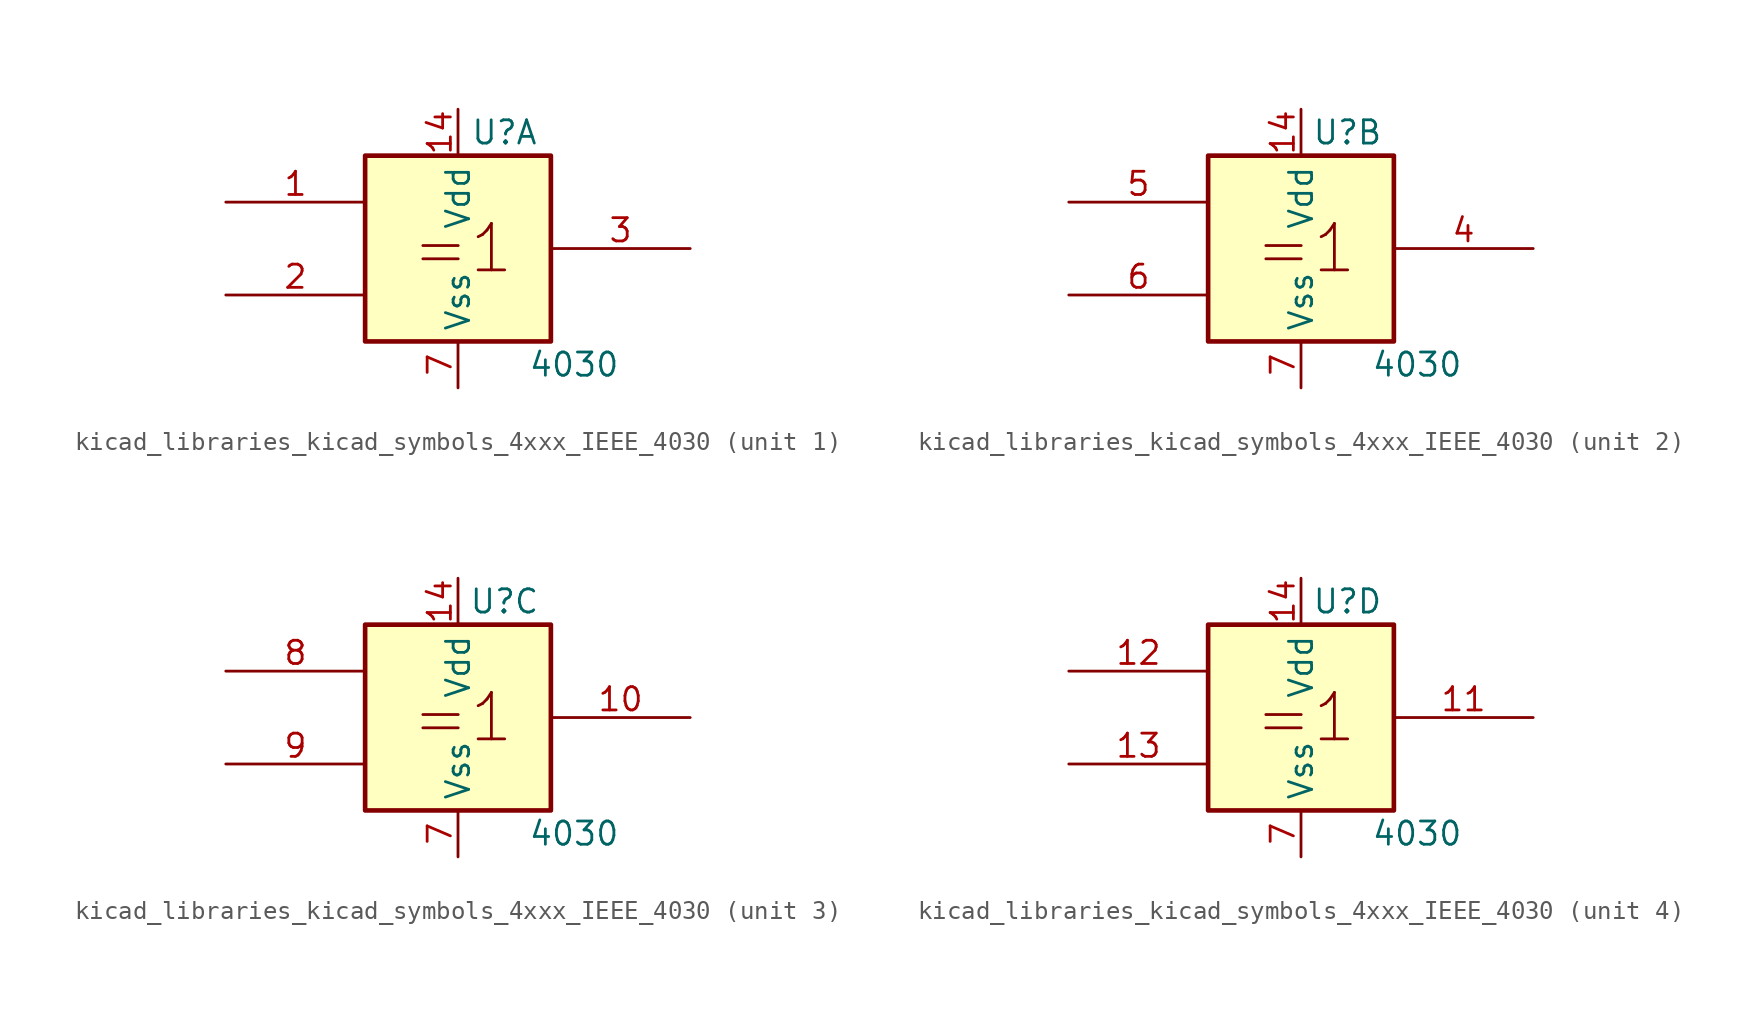
<source format=kicad_sym>
(kicad_symbol_lib
  (version 20220914)
  (generator kicad_symbol_editor)
  (symbol "kicad_libraries_kicad_symbols_4xxx_IEEE_4030"
    (property "Reference" "U"
      (at 2.54 6.35 0)
      (effects (font (size 1.27 1.27))))
    (property "Value" "4030"
      (at 6.35 -6.35 0)
      (effects (font (size 1.27 1.27))))
    (symbol "kicad_libraries_kicad_symbols_4xxx_IEEE_4030_0_0"
      (rectangle (start -5.08 5.08) (end 5.08 -5.08) (stroke (width 0.254) (type default)) (fill (type background)))
      (text "=1" (at 0.254 0 0) (effects (font (size 2.54 2.54))))
      (pin power_in line (at 0 7.62 270) (length 2.54) (name "Vdd" (effects (font (size 1.27 1.27)))) (number "14" (effects (font (size 1.27 1.27)))))
      (pin power_in line (at 0 -7.62 90) (length 2.54) (name "Vss" (effects (font (size 1.27 1.27)))) (number "7" (effects (font (size 1.27 1.27))))))
    (symbol "kicad_libraries_kicad_symbols_4xxx_IEEE_4030_1_1"
      (pin input line (at -12.7 2.54 0) (length 7.62) (name "~" (effects (font (size 1.27 1.27)))) (number "1" (effects (font (size 1.27 1.27)))))
      (pin input line (at -12.7 -2.54 0) (length 7.62) (name "~" (effects (font (size 1.27 1.27)))) (number "2" (effects (font (size 1.27 1.27)))))
      (pin output line (at 12.7 0 180) (length 7.62) (name "~" (effects (font (size 1.27 1.27)))) (number "3" (effects (font (size 1.27 1.27))))))
    (symbol "kicad_libraries_kicad_symbols_4xxx_IEEE_4030_2_1"
      (pin output line (at 12.7 0 180) (length 7.62) (name "~" (effects (font (size 1.27 1.27)))) (number "4" (effects (font (size 1.27 1.27)))))
      (pin input line (at -12.7 2.54 0) (length 7.62) (name "~" (effects (font (size 1.27 1.27)))) (number "5" (effects (font (size 1.27 1.27)))))
      (pin input line (at -12.7 -2.54 0) (length 7.62) (name "~" (effects (font (size 1.27 1.27)))) (number "6" (effects (font (size 1.27 1.27))))))
    (symbol "kicad_libraries_kicad_symbols_4xxx_IEEE_4030_3_1"
      (pin output line (at 12.7 0 180) (length 7.62) (name "~" (effects (font (size 1.27 1.27)))) (number "10" (effects (font (size 1.27 1.27)))))
      (pin input line (at -12.7 2.54 0) (length 7.62) (name "~" (effects (font (size 1.27 1.27)))) (number "8" (effects (font (size 1.27 1.27)))))
      (pin input line (at -12.7 -2.54 0) (length 7.62) (name "~" (effects (font (size 1.27 1.27)))) (number "9" (effects (font (size 1.27 1.27))))))
    (symbol "kicad_libraries_kicad_symbols_4xxx_IEEE_4030_4_1"
      (pin output line (at 12.7 0 180) (length 7.62) (name "~" (effects (font (size 1.27 1.27)))) (number "11" (effects (font (size 1.27 1.27)))))
      (pin input line (at -12.7 2.54 0) (length 7.62) (name "~" (effects (font (size 1.27 1.27)))) (number "12" (effects (font (size 1.27 1.27)))))
      (pin input line (at -12.7 -2.54 0) (length 7.62) (name "~" (effects (font (size 1.27 1.27)))) (number "13" (effects (font (size 1.27 1.27))))))))
</source>
